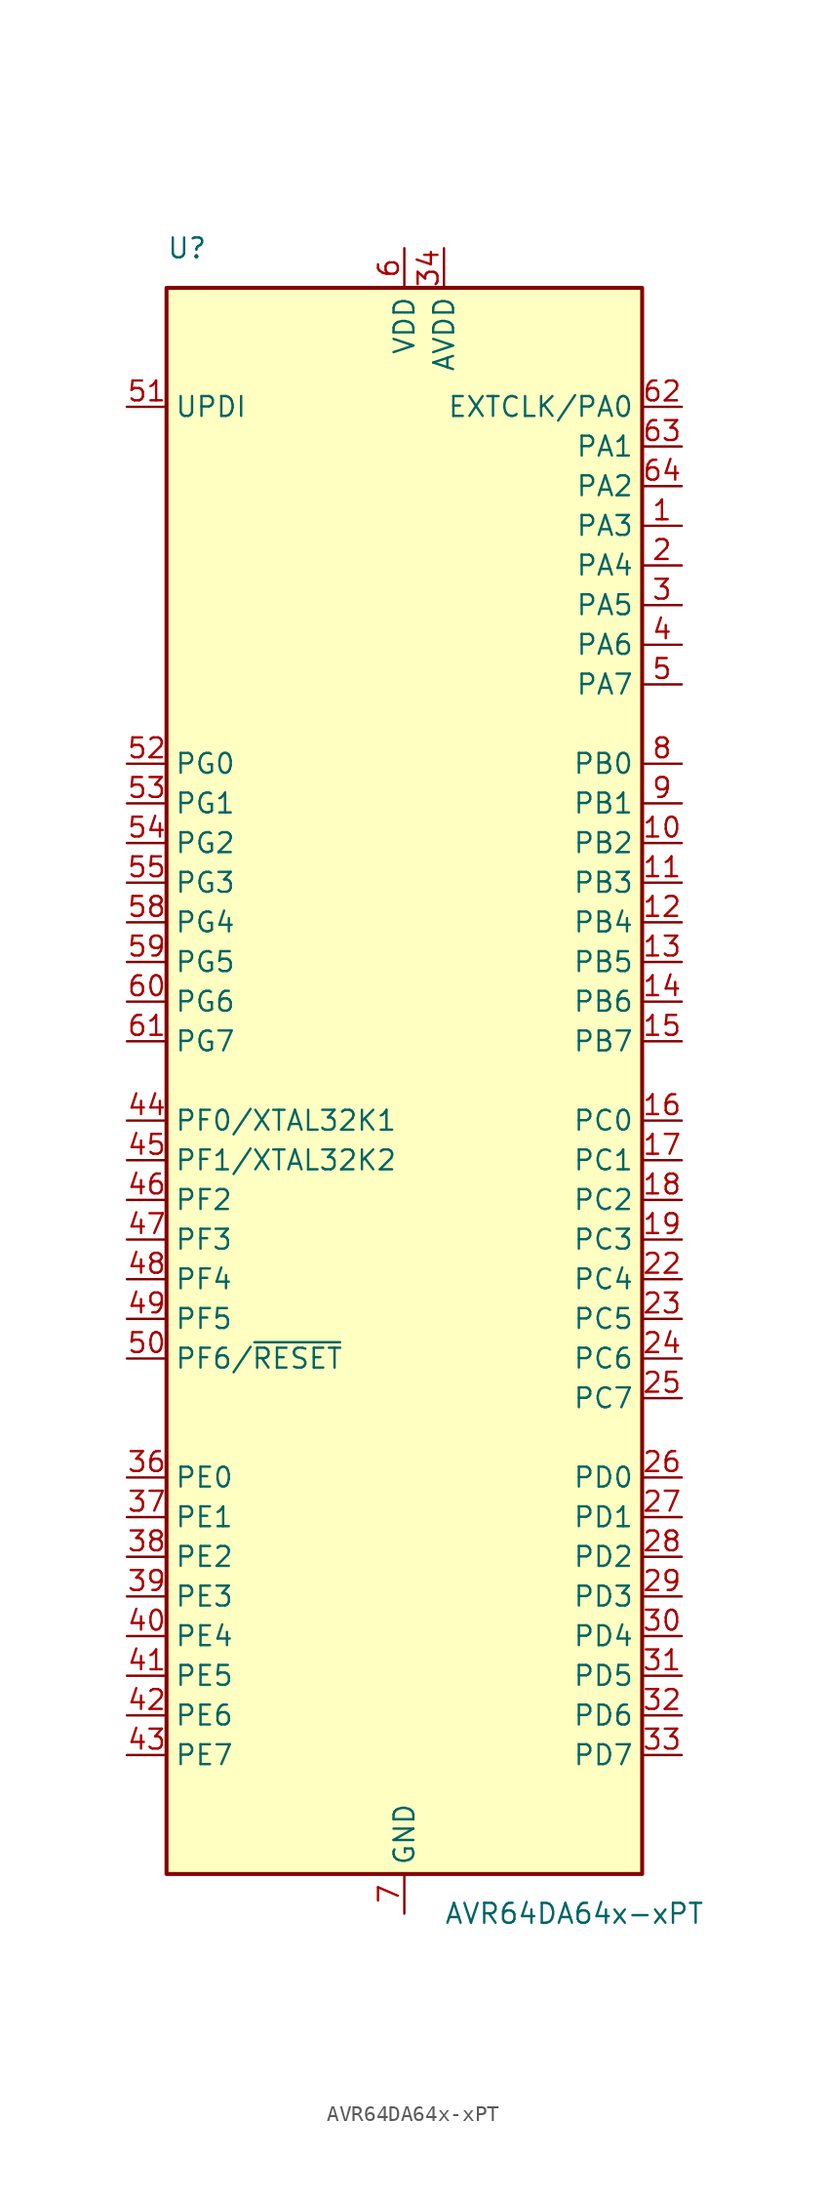
<source format=kicad_sym>
(kicad_symbol_lib
  (version 20201005)
  (generator kicad_symbol_editor)
  (symbol "MCU_Microchip_AVRDA:AVR64DA64x-xPT"
    (property "Reference" "U"
      (at -15.24 53.34 0)
      (effects (font (size 1.27 1.27)) (justify left)))
    (property "Value" "AVR64DA64x-xPT"
      (at 2.54 -53.34 0)
      (effects (font (size 1.27 1.27)) (justify left)))
    (symbol "AVR64DA64x-xPT_0_1"
      (rectangle (start -15.24 50.8) (end 15.24 -50.8) (stroke (width 0.254)) (fill (type background))))
    (symbol "AVR64DA64x-xPT_1_1"
      (pin bidirectional line (at 17.78 43.18 180) (length 2.54) (name "EXTCLK/PA0" (effects (font (size 1.27 1.27)))) (number "62" (effects (font (size 1.27 1.27)))))
      (pin bidirectional line (at 17.78 40.64 180) (length 2.54) (name "PA1" (effects (font (size 1.27 1.27)))) (number "63" (effects (font (size 1.27 1.27)))))
      (pin bidirectional line (at 17.78 38.1 180) (length 2.54) (name "PA2" (effects (font (size 1.27 1.27)))) (number "64" (effects (font (size 1.27 1.27)))))
      (pin bidirectional line (at 17.78 35.56 180) (length 2.54) (name "PA3" (effects (font (size 1.27 1.27)))) (number "1" (effects (font (size 1.27 1.27)))))
      (pin bidirectional line (at 17.78 33.02 180) (length 2.54) (name "PA4" (effects (font (size 1.27 1.27)))) (number "2" (effects (font (size 1.27 1.27)))))
      (pin bidirectional line (at 17.78 30.48 180) (length 2.54) (name "PA5" (effects (font (size 1.27 1.27)))) (number "3" (effects (font (size 1.27 1.27)))))
      (pin bidirectional line (at 17.78 27.94 180) (length 2.54) (name "PA6" (effects (font (size 1.27 1.27)))) (number "4" (effects (font (size 1.27 1.27)))))
      (pin bidirectional line (at 17.78 25.4 180) (length 2.54) (name "PA7" (effects (font (size 1.27 1.27)))) (number "5" (effects (font (size 1.27 1.27)))))
      (pin bidirectional line (at 17.78 -2.54 180) (length 2.54) (name "PC0" (effects (font (size 1.27 1.27)))) (number "16" (effects (font (size 1.27 1.27)))))
      (pin bidirectional line (at 17.78 -5.08 180) (length 2.54) (name "PC1" (effects (font (size 1.27 1.27)))) (number "17" (effects (font (size 1.27 1.27)))))
      (pin bidirectional line (at 17.78 -7.62 180) (length 2.54) (name "PC2" (effects (font (size 1.27 1.27)))) (number "18" (effects (font (size 1.27 1.27)))))
      (pin bidirectional line (at 17.78 -10.16 180) (length 2.54) (name "PC3" (effects (font (size 1.27 1.27)))) (number "19" (effects (font (size 1.27 1.27)))))
      (pin bidirectional line (at 17.78 -25.4 180) (length 2.54) (name "PD0" (effects (font (size 1.27 1.27)))) (number "26" (effects (font (size 1.27 1.27)))))
      (pin bidirectional line (at 17.78 -27.94 180) (length 2.54) (name "PD1" (effects (font (size 1.27 1.27)))) (number "27" (effects (font (size 1.27 1.27)))))
      (pin bidirectional line (at 17.78 -30.48 180) (length 2.54) (name "PD2" (effects (font (size 1.27 1.27)))) (number "28" (effects (font (size 1.27 1.27)))))
      (pin bidirectional line (at 17.78 -33.02 180) (length 2.54) (name "PD3" (effects (font (size 1.27 1.27)))) (number "29" (effects (font (size 1.27 1.27)))))
      (pin bidirectional line (at 17.78 -35.56 180) (length 2.54) (name "PD4" (effects (font (size 1.27 1.27)))) (number "30" (effects (font (size 1.27 1.27)))))
      (pin bidirectional line (at 17.78 -38.1 180) (length 2.54) (name "PD5" (effects (font (size 1.27 1.27)))) (number "31" (effects (font (size 1.27 1.27)))))
      (pin bidirectional line (at 17.78 -40.64 180) (length 2.54) (name "PD6" (effects (font (size 1.27 1.27)))) (number "32" (effects (font (size 1.27 1.27)))))
      (pin bidirectional line (at 17.78 -43.18 180) (length 2.54) (name "PD7" (effects (font (size 1.27 1.27)))) (number "33" (effects (font (size 1.27 1.27)))))
      (pin bidirectional line (at -17.78 -2.54 0) (length 2.54) (name "PF0/XTAL32K1" (effects (font (size 1.27 1.27)))) (number "44" (effects (font (size 1.27 1.27)))))
      (pin bidirectional line (at -17.78 -5.08 0) (length 2.54) (name "PF1/XTAL32K2" (effects (font (size 1.27 1.27)))) (number "45" (effects (font (size 1.27 1.27)))))
      (pin bidirectional line (at -17.78 -17.78 0) (length 2.54) (name "PF6/~RESET" (effects (font (size 1.27 1.27)))) (number "50" (effects (font (size 1.27 1.27)))))
      (pin bidirectional line (at -17.78 43.18 0) (length 2.54) (name "UPDI" (effects (font (size 1.27 1.27)))) (number "51" (effects (font (size 1.27 1.27)))))
      (pin power_in line (at 0 53.34 270) (length 2.54) (name "VDD" (effects (font (size 1.27 1.27)))) (number "6" (effects (font (size 1.27 1.27)))))
      (pin power_in line (at 2.54 53.34 270) (length 2.54) (name "AVDD" (effects (font (size 1.27 1.27)))) (number "34" (effects (font (size 1.27 1.27)))))
      (pin power_in line (at 0 -53.34 90) (length 2.54) (name "GND" (effects (font (size 1.27 1.27)))) (number "7" (effects (font (size 1.27 1.27)))))
      (pin passive line (at 0 -53.34 90) (length 2.54) hide (name "GND" (effects (font (size 1.27 1.27)))) (number "21" (effects (font (size 1.27 1.27)))))
      (pin bidirectional line (at -17.78 -7.62 0) (length 2.54) (name "PF2" (effects (font (size 1.27 1.27)))) (number "46" (effects (font (size 1.27 1.27)))))
      (pin bidirectional line (at -17.78 -10.16 0) (length 2.54) (name "PF3" (effects (font (size 1.27 1.27)))) (number "47" (effects (font (size 1.27 1.27)))))
      (pin bidirectional line (at -17.78 -12.7 0) (length 2.54) (name "PF4" (effects (font (size 1.27 1.27)))) (number "48" (effects (font (size 1.27 1.27)))))
      (pin bidirectional line (at -17.78 -15.24 0) (length 2.54) (name "PF5" (effects (font (size 1.27 1.27)))) (number "49" (effects (font (size 1.27 1.27)))))
      (pin bidirectional line (at 17.78 20.32 180) (length 2.54) (name "PB0" (effects (font (size 1.27 1.27)))) (number "8" (effects (font (size 1.27 1.27)))))
      (pin bidirectional line (at 17.78 17.78 180) (length 2.54) (name "PB1" (effects (font (size 1.27 1.27)))) (number "9" (effects (font (size 1.27 1.27)))))
      (pin bidirectional line (at 17.78 15.24 180) (length 2.54) (name "PB2" (effects (font (size 1.27 1.27)))) (number "10" (effects (font (size 1.27 1.27)))))
      (pin bidirectional line (at 17.78 12.7 180) (length 2.54) (name "PB3" (effects (font (size 1.27 1.27)))) (number "11" (effects (font (size 1.27 1.27)))))
      (pin bidirectional line (at 17.78 10.16 180) (length 2.54) (name "PB4" (effects (font (size 1.27 1.27)))) (number "12" (effects (font (size 1.27 1.27)))))
      (pin bidirectional line (at 17.78 7.62 180) (length 2.54) (name "PB5" (effects (font (size 1.27 1.27)))) (number "13" (effects (font (size 1.27 1.27)))))
      (pin bidirectional line (at 17.78 -12.7 180) (length 2.54) (name "PC4" (effects (font (size 1.27 1.27)))) (number "22" (effects (font (size 1.27 1.27)))))
      (pin bidirectional line (at 17.78 -15.24 180) (length 2.54) (name "PC5" (effects (font (size 1.27 1.27)))) (number "23" (effects (font (size 1.27 1.27)))))
      (pin bidirectional line (at 17.78 -17.78 180) (length 2.54) (name "PC6" (effects (font (size 1.27 1.27)))) (number "24" (effects (font (size 1.27 1.27)))))
      (pin bidirectional line (at 17.78 -20.32 180) (length 2.54) (name "PC7" (effects (font (size 1.27 1.27)))) (number "25" (effects (font (size 1.27 1.27)))))
      (pin bidirectional line (at -17.78 -25.4 0) (length 2.54) (name "PE0" (effects (font (size 1.27 1.27)))) (number "36" (effects (font (size 1.27 1.27)))))
      (pin bidirectional line (at -17.78 -27.94 0) (length 2.54) (name "PE1" (effects (font (size 1.27 1.27)))) (number "37" (effects (font (size 1.27 1.27)))))
      (pin bidirectional line (at -17.78 -30.48 0) (length 2.54) (name "PE2" (effects (font (size 1.27 1.27)))) (number "38" (effects (font (size 1.27 1.27)))))
      (pin bidirectional line (at -17.78 -33.02 0) (length 2.54) (name "PE3" (effects (font (size 1.27 1.27)))) (number "39" (effects (font (size 1.27 1.27)))))
      (pin passive line (at 0 53.34 270) (length 2.54) hide (name "VDD" (effects (font (size 1.27 1.27)))) (number "20" (effects (font (size 1.27 1.27)))))
      (pin passive line (at 0 -53.34 90) (length 2.54) hide (name "GND" (effects (font (size 1.27 1.27)))) (number "57" (effects (font (size 1.27 1.27)))))
      (pin passive line (at 0 -53.34 90) (length 2.54) hide (name "GND" (effects (font (size 1.27 1.27)))) (number "35" (effects (font (size 1.27 1.27)))))
      (pin bidirectional line (at 17.78 5.08 180) (length 2.54) (name "PB6" (effects (font (size 1.27 1.27)))) (number "14" (effects (font (size 1.27 1.27)))))
      (pin bidirectional line (at 17.78 2.54 180) (length 2.54) (name "PB7" (effects (font (size 1.27 1.27)))) (number "15" (effects (font (size 1.27 1.27)))))
      (pin bidirectional line (at -17.78 -35.56 0) (length 2.54) (name "PE4" (effects (font (size 1.27 1.27)))) (number "40" (effects (font (size 1.27 1.27)))))
      (pin bidirectional line (at -17.78 -38.1 0) (length 2.54) (name "PE5" (effects (font (size 1.27 1.27)))) (number "41" (effects (font (size 1.27 1.27)))))
      (pin bidirectional line (at -17.78 -40.64 0) (length 2.54) (name "PE6" (effects (font (size 1.27 1.27)))) (number "42" (effects (font (size 1.27 1.27)))))
      (pin bidirectional line (at -17.78 -43.18 0) (length 2.54) (name "PE7" (effects (font (size 1.27 1.27)))) (number "43" (effects (font (size 1.27 1.27)))))
      (pin bidirectional line (at -17.78 20.32 0) (length 2.54) (name "PG0" (effects (font (size 1.27 1.27)))) (number "52" (effects (font (size 1.27 1.27)))))
      (pin bidirectional line (at -17.78 17.78 0) (length 2.54) (name "PG1" (effects (font (size 1.27 1.27)))) (number "53" (effects (font (size 1.27 1.27)))))
      (pin bidirectional line (at -17.78 15.24 0) (length 2.54) (name "PG2" (effects (font (size 1.27 1.27)))) (number "54" (effects (font (size 1.27 1.27)))))
      (pin bidirectional line (at -17.78 12.7 0) (length 2.54) (name "PG3" (effects (font (size 1.27 1.27)))) (number "55" (effects (font (size 1.27 1.27)))))
      (pin bidirectional line (at -17.78 10.16 0) (length 2.54) (name "PG4" (effects (font (size 1.27 1.27)))) (number "58" (effects (font (size 1.27 1.27)))))
      (pin bidirectional line (at -17.78 7.62 0) (length 2.54) (name "PG5" (effects (font (size 1.27 1.27)))) (number "59" (effects (font (size 1.27 1.27)))))
      (pin bidirectional line (at -17.78 5.08 0) (length 2.54) (name "PG6" (effects (font (size 1.27 1.27)))) (number "60" (effects (font (size 1.27 1.27)))))
      (pin bidirectional line (at -17.78 2.54 0) (length 2.54) (name "PG7" (effects (font (size 1.27 1.27)))) (number "61" (effects (font (size 1.27 1.27)))))
      (pin passive line (at 0 53.34 270) (length 2.54) hide (name "VDD" (effects (font (size 1.27 1.27)))) (number "56" (effects (font (size 1.27 1.27))))))))
</source>
